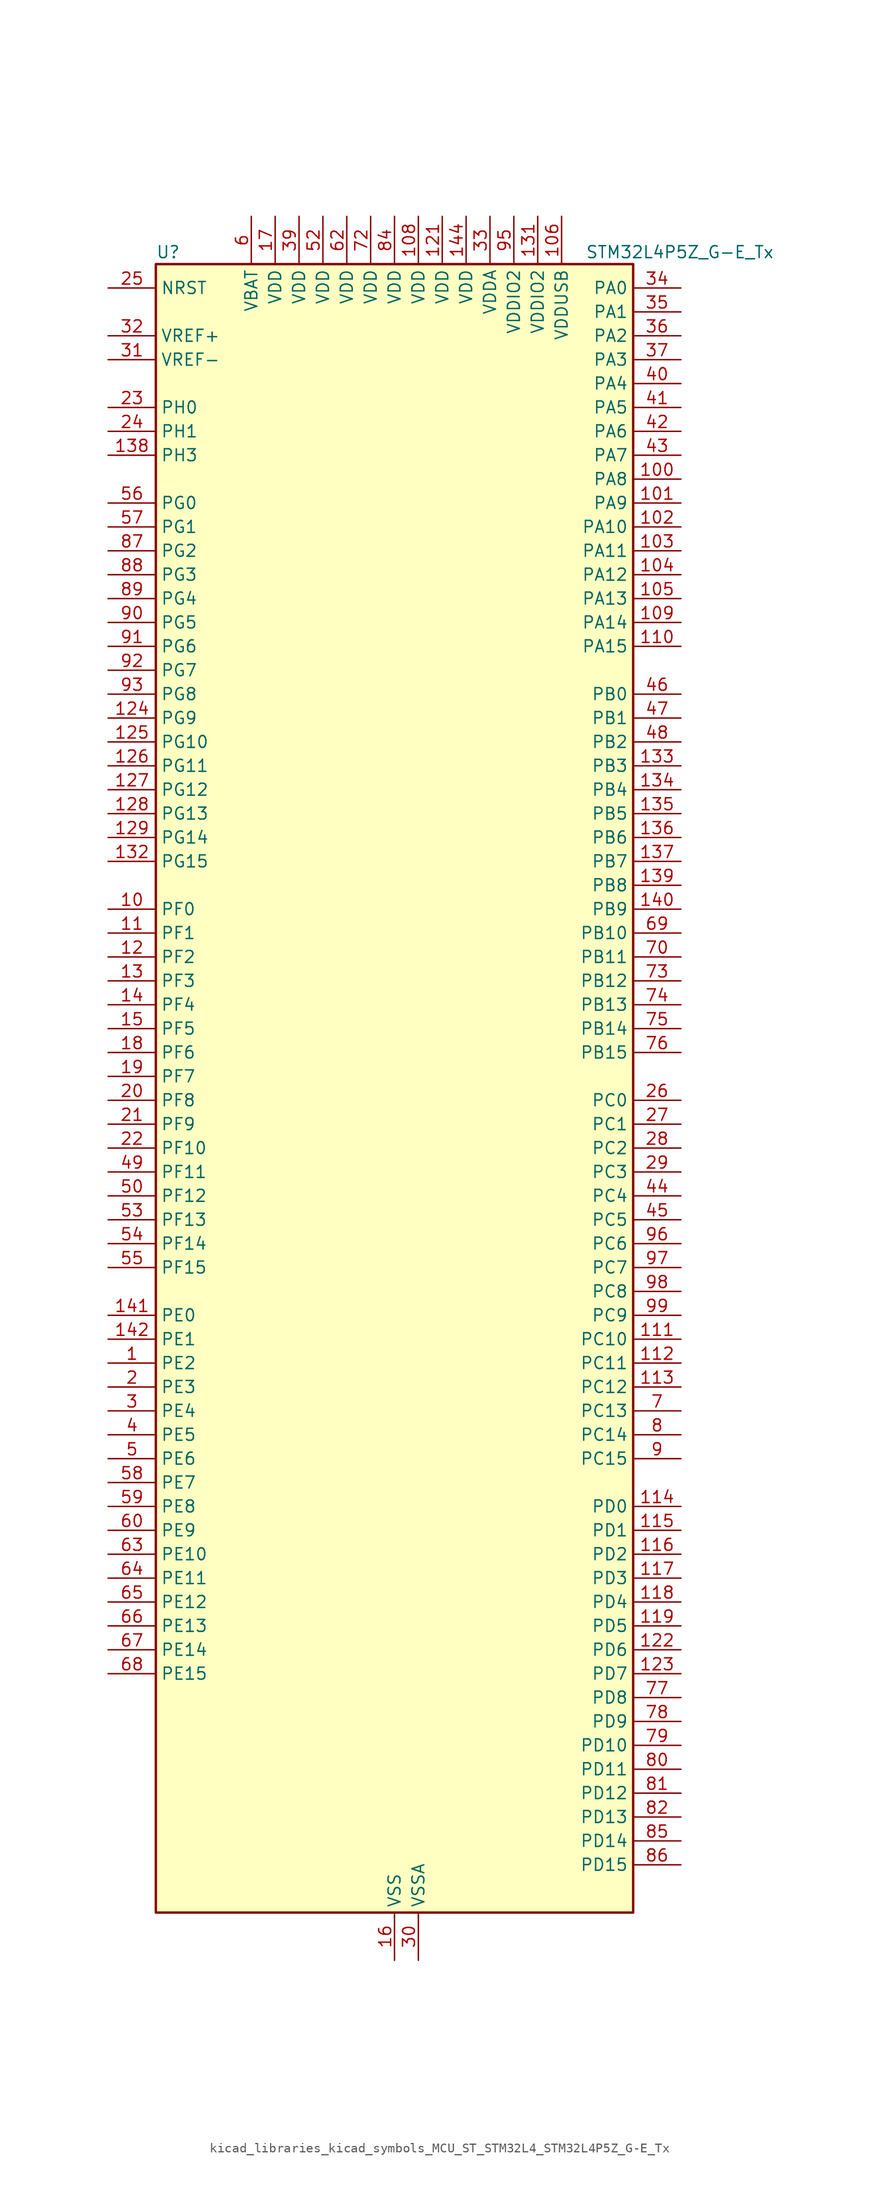
<source format=kicad_sym>
(kicad_symbol_lib
  (version 20220914)
  (generator kicad_symbol_editor)
  (symbol "kicad_libraries_kicad_symbols_MCU_ST_STM32L4_STM32L4P5Z_G-E_Tx"
    (property "Reference" "U"
      (at -25.4 90.17 0)
      (effects (font (size 1.27 1.27)) (justify left)))
    (property "Value" "STM32L4P5Z_G-E_Tx"
      (at 20.32 90.17 0)
      (effects (font (size 1.27 1.27)) (justify left)))
    (property "ki_locked" ""
      (at 0 0 0)
      (effects (font (size 1.27 1.27))))
    (symbol "kicad_libraries_kicad_symbols_MCU_ST_STM32L4_STM32L4P5Z_G-E_Tx_0_1"
      (rectangle (start -25.4 -86.36) (end 25.4 88.9) (stroke (width 0.254) (type default)) (fill (type background))))
    (symbol "kicad_libraries_kicad_symbols_MCU_ST_STM32L4_STM32L4P5Z_G-E_Tx_1_1"
      (pin bidirectional line (at -30.48 -27.94 0) (length 5.08) (name "PE2" (effects (font (size 1.27 1.27)))) (number "1" (effects (font (size 1.27 1.27)))) (alternate "FMC_A23" bidirectional line) (alternate "LTDC_R7" bidirectional line) (alternate "SAI1_CK1" bidirectional line) (alternate "SAI1_MCLK_A" bidirectional line) (alternate "SYS_TRACECLK" bidirectional line) (alternate "TIM3_ETR" bidirectional line) (alternate "TSC_G7_IO1" bidirectional line))
      (pin bidirectional line (at -30.48 20.32 0) (length 5.08) (name "PF0" (effects (font (size 1.27 1.27)))) (number "10" (effects (font (size 1.27 1.27)))) (alternate "FMC_A0" bidirectional line) (alternate "I2C2_SDA" bidirectional line) (alternate "OCTOSPIM_P2_IO0" bidirectional line))
      (pin bidirectional line (at 30.48 66.04 180) (length 5.08) (name "PA8" (effects (font (size 1.27 1.27)))) (number "100" (effects (font (size 1.27 1.27)))) (alternate "LPTIM2_OUT" bidirectional line) (alternate "LTDC_B7" bidirectional line) (alternate "RCC_MCO" bidirectional line) (alternate "SAI1_CK2" bidirectional line) (alternate "SAI1_SCK_A" bidirectional line) (alternate "TIM1_CH1" bidirectional line) (alternate "USART1_CK" bidirectional line) (alternate "USB_OTG_FS_SOF" bidirectional line))
      (pin bidirectional line (at 30.48 63.5 180) (length 5.08) (name "PA9" (effects (font (size 1.27 1.27)))) (number "101" (effects (font (size 1.27 1.27)))) (alternate "DAC1_EXTI9" bidirectional line) (alternate "DCMI_D0" bidirectional line) (alternate "LTDC_G7" bidirectional line) (alternate "PSSI_D0" bidirectional line) (alternate "SAI1_FS_A" bidirectional line) (alternate "SPI2_SCK" bidirectional line) (alternate "TIM15_BKIN" bidirectional line) (alternate "TIM1_CH2" bidirectional line) (alternate "USART1_TX" bidirectional line) (alternate "USB_OTG_FS_VBUS" bidirectional line))
      (pin bidirectional line (at 30.48 60.96 180) (length 5.08) (name "PA10" (effects (font (size 1.27 1.27)))) (number "102" (effects (font (size 1.27 1.27)))) (alternate "DCMI_D1" bidirectional line) (alternate "LTDC_G6" bidirectional line) (alternate "PSSI_D1" bidirectional line) (alternate "SAI1_D1" bidirectional line) (alternate "SAI1_SD_A" bidirectional line) (alternate "TIM17_BKIN" bidirectional line) (alternate "TIM1_CH3" bidirectional line) (alternate "USART1_RX" bidirectional line) (alternate "USB_OTG_FS_ID" bidirectional line))
      (pin bidirectional line (at 30.48 58.42 180) (length 5.08) (name "PA11" (effects (font (size 1.27 1.27)))) (number "103" (effects (font (size 1.27 1.27)))) (alternate "ADC1_EXTI11" bidirectional line) (alternate "ADC2_EXTI11" bidirectional line) (alternate "CAN1_RX" bidirectional line) (alternate "LTDC_DE" bidirectional line) (alternate "SPI1_MISO" bidirectional line) (alternate "TIM1_BKIN2" bidirectional line) (alternate "TIM1_CH4" bidirectional line) (alternate "USART1_CTS" bidirectional line) (alternate "USART1_NSS" bidirectional line) (alternate "USB_OTG_FS_DM" bidirectional line))
      (pin bidirectional line (at 30.48 55.88 180) (length 5.08) (name "PA12" (effects (font (size 1.27 1.27)))) (number "104" (effects (font (size 1.27 1.27)))) (alternate "CAN1_TX" bidirectional line) (alternate "LTDC_VSYNC" bidirectional line) (alternate "OCTOSPIM_P2_NCS" bidirectional line) (alternate "SPI1_MOSI" bidirectional line) (alternate "TIM1_ETR" bidirectional line) (alternate "USART1_DE" bidirectional line) (alternate "USART1_RTS" bidirectional line) (alternate "USB_OTG_FS_DP" bidirectional line))
      (pin bidirectional line (at 30.48 53.34 180) (length 5.08) (name "PA13" (effects (font (size 1.27 1.27)))) (number "105" (effects (font (size 1.27 1.27)))) (alternate "IR_OUT" bidirectional line) (alternate "SAI1_SD_B" bidirectional line) (alternate "SYS_JTMS-SWDIO" bidirectional line) (alternate "USB_OTG_FS_NOE" bidirectional line))
      (pin power_in line (at 17.78 93.98 270) (length 5.08) (name "VDDUSB" (effects (font (size 1.27 1.27)))) (number "106" (effects (font (size 1.27 1.27)))))
      (pin passive line (at 0 -91.44 90) (length 5.08) hide (name "VSS" (effects (font (size 1.27 1.27)))) (number "107" (effects (font (size 1.27 1.27)))))
      (pin power_in line (at 2.54 93.98 270) (length 5.08) (name "VDD" (effects (font (size 1.27 1.27)))) (number "108" (effects (font (size 1.27 1.27)))))
      (pin bidirectional line (at 30.48 50.8 180) (length 5.08) (name "PA14" (effects (font (size 1.27 1.27)))) (number "109" (effects (font (size 1.27 1.27)))) (alternate "I2C1_SMBA" bidirectional line) (alternate "I2C4_SMBA" bidirectional line) (alternate "LPTIM1_OUT" bidirectional line) (alternate "SAI1_FS_B" bidirectional line) (alternate "SYS_JTCK-SWCLK" bidirectional line) (alternate "USB_OTG_FS_SOF" bidirectional line))
      (pin bidirectional line (at -30.48 17.78 0) (length 5.08) (name "PF1" (effects (font (size 1.27 1.27)))) (number "11" (effects (font (size 1.27 1.27)))) (alternate "FMC_A1" bidirectional line) (alternate "I2C2_SCL" bidirectional line) (alternate "OCTOSPIM_P2_IO1" bidirectional line))
      (pin bidirectional line (at 30.48 48.26 180) (length 5.08) (name "PA15" (effects (font (size 1.27 1.27)))) (number "110" (effects (font (size 1.27 1.27)))) (alternate "ADC1_EXTI15" bidirectional line) (alternate "ADC2_EXTI15" bidirectional line) (alternate "LTDC_HSYNC" bidirectional line) (alternate "SAI2_FS_B" bidirectional line) (alternate "SPI1_NSS" bidirectional line) (alternate "SPI3_NSS" bidirectional line) (alternate "SYS_JTDI" bidirectional line) (alternate "TIM2_CH1" bidirectional line) (alternate "TIM2_ETR" bidirectional line) (alternate "TSC_G3_IO1" bidirectional line) (alternate "UART4_DE" bidirectional line) (alternate "UART4_RTS" bidirectional line) (alternate "USART2_RX" bidirectional line) (alternate "USART3_DE" bidirectional line) (alternate "USART3_RTS" bidirectional line))
      (pin bidirectional line (at 30.48 -25.4 180) (length 5.08) (name "PC10" (effects (font (size 1.27 1.27)))) (number "111" (effects (font (size 1.27 1.27)))) (alternate "DCMI_D8" bidirectional line) (alternate "DCMI_VSYNC" bidirectional line) (alternate "PSSI_D8" bidirectional line) (alternate "PSSI_RDY" bidirectional line) (alternate "SAI2_SCK_B" bidirectional line) (alternate "SDMMC1_D2" bidirectional line) (alternate "SPI3_SCK" bidirectional line) (alternate "SYS_TRACED1" bidirectional line) (alternate "TSC_G3_IO2" bidirectional line) (alternate "UART4_TX" bidirectional line) (alternate "USART3_TX" bidirectional line))
      (pin bidirectional line (at 30.48 -27.94 180) (length 5.08) (name "PC11" (effects (font (size 1.27 1.27)))) (number "112" (effects (font (size 1.27 1.27)))) (alternate "ADC1_EXTI11" bidirectional line) (alternate "ADC2_EXTI11" bidirectional line) (alternate "DCMI_D2" bidirectional line) (alternate "DCMI_D4" bidirectional line) (alternate "OCTOSPIM_P1_NCS" bidirectional line) (alternate "PSSI_D2" bidirectional line) (alternate "PSSI_D4" bidirectional line) (alternate "SAI2_MCLK_B" bidirectional line) (alternate "SDMMC1_D3" bidirectional line) (alternate "SPI3_MISO" bidirectional line) (alternate "TSC_G3_IO3" bidirectional line) (alternate "UART4_RX" bidirectional line) (alternate "USART3_RX" bidirectional line))
      (pin bidirectional line (at 30.48 -30.48 180) (length 5.08) (name "PC12" (effects (font (size 1.27 1.27)))) (number "113" (effects (font (size 1.27 1.27)))) (alternate "DCMI_D9" bidirectional line) (alternate "LTDC_R6" bidirectional line) (alternate "PSSI_D9" bidirectional line) (alternate "SAI2_SD_B" bidirectional line) (alternate "SDMMC1_CK" bidirectional line) (alternate "SPI3_MOSI" bidirectional line) (alternate "SYS_TRACED3" bidirectional line) (alternate "TSC_G3_IO4" bidirectional line) (alternate "UART5_TX" bidirectional line) (alternate "USART3_CK" bidirectional line))
      (pin bidirectional line (at 30.48 -43.18 180) (length 5.08) (name "PD0" (effects (font (size 1.27 1.27)))) (number "114" (effects (font (size 1.27 1.27)))) (alternate "CAN1_RX" bidirectional line) (alternate "FMC_D2" bidirectional line) (alternate "FMC_DA2" bidirectional line) (alternate "LTDC_B4" bidirectional line) (alternate "SPI2_NSS" bidirectional line))
      (pin bidirectional line (at 30.48 -45.72 180) (length 5.08) (name "PD1" (effects (font (size 1.27 1.27)))) (number "115" (effects (font (size 1.27 1.27)))) (alternate "CAN1_TX" bidirectional line) (alternate "FMC_D3" bidirectional line) (alternate "FMC_DA3" bidirectional line) (alternate "LTDC_B5" bidirectional line) (alternate "SPI2_SCK" bidirectional line))
      (pin bidirectional line (at 30.48 -48.26 180) (length 5.08) (name "PD2" (effects (font (size 1.27 1.27)))) (number "116" (effects (font (size 1.27 1.27)))) (alternate "DCMI_D11" bidirectional line) (alternate "PSSI_D11" bidirectional line) (alternate "SDMMC1_CMD" bidirectional line) (alternate "SYS_TRACED2" bidirectional line) (alternate "TIM3_ETR" bidirectional line) (alternate "TSC_SYNC" bidirectional line) (alternate "UART5_RX" bidirectional line) (alternate "USART3_DE" bidirectional line) (alternate "USART3_RTS" bidirectional line))
      (pin bidirectional line (at 30.48 -50.8 180) (length 5.08) (name "PD3" (effects (font (size 1.27 1.27)))) (number "117" (effects (font (size 1.27 1.27)))) (alternate "DCMI_D5" bidirectional line) (alternate "DFSDM1_DATIN0" bidirectional line) (alternate "FMC_CLK" bidirectional line) (alternate "LTDC_CLK" bidirectional line) (alternate "OCTOSPIM_P2_NCS" bidirectional line) (alternate "PSSI_D5" bidirectional line) (alternate "SPI2_MISO" bidirectional line) (alternate "SPI2_SCK" bidirectional line) (alternate "USART2_CTS" bidirectional line) (alternate "USART2_NSS" bidirectional line))
      (pin bidirectional line (at 30.48 -53.34 180) (length 5.08) (name "PD4" (effects (font (size 1.27 1.27)))) (number "118" (effects (font (size 1.27 1.27)))) (alternate "DFSDM1_CKIN0" bidirectional line) (alternate "FMC_NOE" bidirectional line) (alternate "OCTOSPIM_P1_IO4" bidirectional line) (alternate "SDMMC2_CKIN" bidirectional line) (alternate "SPI2_MOSI" bidirectional line) (alternate "USART2_DE" bidirectional line) (alternate "USART2_RTS" bidirectional line))
      (pin bidirectional line (at 30.48 -55.88 180) (length 5.08) (name "PD5" (effects (font (size 1.27 1.27)))) (number "119" (effects (font (size 1.27 1.27)))) (alternate "FMC_NWE" bidirectional line) (alternate "OCTOSPIM_P1_IO5" bidirectional line) (alternate "USART2_TX" bidirectional line))
      (pin bidirectional line (at -30.48 15.24 0) (length 5.08) (name "PF2" (effects (font (size 1.27 1.27)))) (number "12" (effects (font (size 1.27 1.27)))) (alternate "FMC_A2" bidirectional line) (alternate "I2C2_SMBA" bidirectional line) (alternate "OCTOSPIM_P2_IO2" bidirectional line))
      (pin passive line (at 0 -91.44 90) (length 5.08) hide (name "VSS" (effects (font (size 1.27 1.27)))) (number "120" (effects (font (size 1.27 1.27)))))
      (pin power_in line (at 5.08 93.98 270) (length 5.08) (name "VDD" (effects (font (size 1.27 1.27)))) (number "121" (effects (font (size 1.27 1.27)))))
      (pin bidirectional line (at 30.48 -58.42 180) (length 5.08) (name "PD6" (effects (font (size 1.27 1.27)))) (number "122" (effects (font (size 1.27 1.27)))) (alternate "DCMI_D10" bidirectional line) (alternate "DFSDM1_DATIN1" bidirectional line) (alternate "FMC_NWAIT" bidirectional line) (alternate "LTDC_DE" bidirectional line) (alternate "OCTOSPIM_P1_IO6" bidirectional line) (alternate "PSSI_D10" bidirectional line) (alternate "SAI1_D1" bidirectional line) (alternate "SAI1_SD_A" bidirectional line) (alternate "SDMMC2_CK" bidirectional line) (alternate "SPI3_MOSI" bidirectional line) (alternate "USART2_RX" bidirectional line))
      (pin bidirectional line (at 30.48 -60.96 180) (length 5.08) (name "PD7" (effects (font (size 1.27 1.27)))) (number "123" (effects (font (size 1.27 1.27)))) (alternate "DFSDM1_CKIN1" bidirectional line) (alternate "FMC_NCE" bidirectional line) (alternate "FMC_NE1" bidirectional line) (alternate "OCTOSPIM_P1_IO7" bidirectional line) (alternate "SDMMC2_CMD" bidirectional line) (alternate "USART2_CK" bidirectional line))
      (pin bidirectional line (at -30.48 40.64 0) (length 5.08) (name "PG9" (effects (font (size 1.27 1.27)))) (number "124" (effects (font (size 1.27 1.27)))) (alternate "DAC1_EXTI9" bidirectional line) (alternate "FMC_NCE" bidirectional line) (alternate "FMC_NE2" bidirectional line) (alternate "OCTOSPIM_P2_IO6" bidirectional line) (alternate "SAI2_SCK_A" bidirectional line) (alternate "SDMMC2_D0" bidirectional line) (alternate "SPI3_SCK" bidirectional line) (alternate "TIM15_CH1N" bidirectional line) (alternate "USART1_TX" bidirectional line))
      (pin bidirectional line (at -30.48 38.1 0) (length 5.08) (name "PG10" (effects (font (size 1.27 1.27)))) (number "125" (effects (font (size 1.27 1.27)))) (alternate "FMC_NE3" bidirectional line) (alternate "LPTIM1_IN1" bidirectional line) (alternate "OCTOSPIM_P2_IO7" bidirectional line) (alternate "SAI2_FS_A" bidirectional line) (alternate "SDMMC2_D1" bidirectional line) (alternate "SPI3_MISO" bidirectional line) (alternate "TIM15_CH1" bidirectional line) (alternate "USART1_RX" bidirectional line))
      (pin bidirectional line (at -30.48 35.56 0) (length 5.08) (name "PG11" (effects (font (size 1.27 1.27)))) (number "126" (effects (font (size 1.27 1.27)))) (alternate "ADC1_EXTI11" bidirectional line) (alternate "ADC2_EXTI11" bidirectional line) (alternate "LPTIM1_IN2" bidirectional line) (alternate "OCTOSPIM_P1_IO5" bidirectional line) (alternate "SAI2_MCLK_A" bidirectional line) (alternate "SDMMC2_D2" bidirectional line) (alternate "SPI3_MOSI" bidirectional line) (alternate "TIM15_CH2" bidirectional line) (alternate "USART1_CTS" bidirectional line) (alternate "USART1_NSS" bidirectional line))
      (pin bidirectional line (at -30.48 33.02 0) (length 5.08) (name "PG12" (effects (font (size 1.27 1.27)))) (number "127" (effects (font (size 1.27 1.27)))) (alternate "FMC_NE4" bidirectional line) (alternate "LPTIM1_ETR" bidirectional line) (alternate "OCTOSPIM_P2_NCS" bidirectional line) (alternate "SAI2_SD_A" bidirectional line) (alternate "SDMMC2_D3" bidirectional line) (alternate "SPI3_NSS" bidirectional line) (alternate "USART1_DE" bidirectional line) (alternate "USART1_RTS" bidirectional line))
      (pin bidirectional line (at -30.48 30.48 0) (length 5.08) (name "PG13" (effects (font (size 1.27 1.27)))) (number "128" (effects (font (size 1.27 1.27)))) (alternate "FMC_A24" bidirectional line) (alternate "I2C1_SDA" bidirectional line) (alternate "LTDC_R0" bidirectional line) (alternate "USART1_CK" bidirectional line))
      (pin bidirectional line (at -30.48 27.94 0) (length 5.08) (name "PG14" (effects (font (size 1.27 1.27)))) (number "129" (effects (font (size 1.27 1.27)))) (alternate "FMC_A25" bidirectional line) (alternate "I2C1_SCL" bidirectional line) (alternate "LTDC_R1" bidirectional line))
      (pin bidirectional line (at -30.48 12.7 0) (length 5.08) (name "PF3" (effects (font (size 1.27 1.27)))) (number "13" (effects (font (size 1.27 1.27)))) (alternate "FMC_A3" bidirectional line) (alternate "OCTOSPIM_P2_IO3" bidirectional line))
      (pin passive line (at 0 -91.44 90) (length 5.08) hide (name "VSS" (effects (font (size 1.27 1.27)))) (number "130" (effects (font (size 1.27 1.27)))))
      (pin power_in line (at 15.24 93.98 270) (length 5.08) (name "VDDIO2" (effects (font (size 1.27 1.27)))) (number "131" (effects (font (size 1.27 1.27)))))
      (pin bidirectional line (at -30.48 25.4 0) (length 5.08) (name "PG15" (effects (font (size 1.27 1.27)))) (number "132" (effects (font (size 1.27 1.27)))) (alternate "ADC1_EXTI15" bidirectional line) (alternate "ADC2_EXTI15" bidirectional line) (alternate "DCMI_D13" bidirectional line) (alternate "I2C1_SMBA" bidirectional line) (alternate "LPTIM1_OUT" bidirectional line) (alternate "OCTOSPIM_P2_DQS" bidirectional line) (alternate "PSSI_D13" bidirectional line))
      (pin bidirectional line (at 30.48 35.56 180) (length 5.08) (name "PB3" (effects (font (size 1.27 1.27)))) (number "133" (effects (font (size 1.27 1.27)))) (alternate "COMP2_INM" bidirectional line) (alternate "CRS_SYNC" bidirectional line) (alternate "OCTOSPIM_P1_IO4" bidirectional line) (alternate "SAI1_SCK_B" bidirectional line) (alternate "SDMMC2_D2" bidirectional line) (alternate "SPI1_SCK" bidirectional line) (alternate "SPI3_SCK" bidirectional line) (alternate "SYS_JTDO-SWO" bidirectional line) (alternate "TIM2_CH2" bidirectional line) (alternate "USART1_DE" bidirectional line) (alternate "USART1_RTS" bidirectional line))
      (pin bidirectional line (at 30.48 33.02 180) (length 5.08) (name "PB4" (effects (font (size 1.27 1.27)))) (number "134" (effects (font (size 1.27 1.27)))) (alternate "COMP2_INP" bidirectional line) (alternate "DCMI_D12" bidirectional line) (alternate "I2C3_SDA" bidirectional line) (alternate "OCTOSPIM_P1_IO5" bidirectional line) (alternate "PSSI_D12" bidirectional line) (alternate "SAI1_MCLK_B" bidirectional line) (alternate "SDMMC2_D3" bidirectional line) (alternate "SPI1_MISO" bidirectional line) (alternate "SPI3_MISO" bidirectional line) (alternate "SYS_JTRST" bidirectional line) (alternate "TIM17_BKIN" bidirectional line) (alternate "TIM3_CH1" bidirectional line) (alternate "TSC_G2_IO1" bidirectional line) (alternate "UART5_DE" bidirectional line) (alternate "UART5_RTS" bidirectional line) (alternate "USART1_CTS" bidirectional line) (alternate "USART1_NSS" bidirectional line))
      (pin bidirectional line (at 30.48 30.48 180) (length 5.08) (name "PB5" (effects (font (size 1.27 1.27)))) (number "135" (effects (font (size 1.27 1.27)))) (alternate "COMP2_OUT" bidirectional line) (alternate "DCMI_D10" bidirectional line) (alternate "I2C1_SMBA" bidirectional line) (alternate "LPTIM1_IN1" bidirectional line) (alternate "OCTOSPIM_P1_IO0" bidirectional line) (alternate "PSSI_D10" bidirectional line) (alternate "SAI1_SD_B" bidirectional line) (alternate "SPI1_MOSI" bidirectional line) (alternate "SPI3_MOSI" bidirectional line) (alternate "TIM16_BKIN" bidirectional line) (alternate "TIM3_CH2" bidirectional line) (alternate "TSC_G2_IO2" bidirectional line) (alternate "UART5_CTS" bidirectional line) (alternate "USART1_CK" bidirectional line))
      (pin bidirectional line (at 30.48 27.94 180) (length 5.08) (name "PB6" (effects (font (size 1.27 1.27)))) (number "136" (effects (font (size 1.27 1.27)))) (alternate "COMP2_INP" bidirectional line) (alternate "DCMI_D5" bidirectional line) (alternate "I2C1_SCL" bidirectional line) (alternate "I2C4_SCL" bidirectional line) (alternate "LPTIM1_ETR" bidirectional line) (alternate "LTDC_R6" bidirectional line) (alternate "PSSI_D5" bidirectional line) (alternate "SAI1_FS_B" bidirectional line) (alternate "TIM16_CH1N" bidirectional line) (alternate "TIM4_CH1" bidirectional line) (alternate "TIM8_BKIN2" bidirectional line) (alternate "TSC_G2_IO3" bidirectional line) (alternate "USART1_TX" bidirectional line))
      (pin bidirectional line (at 30.48 25.4 180) (length 5.08) (name "PB7" (effects (font (size 1.27 1.27)))) (number "137" (effects (font (size 1.27 1.27)))) (alternate "COMP2_INM" bidirectional line) (alternate "DCMI_VSYNC" bidirectional line) (alternate "FMC_NL" bidirectional line) (alternate "I2C1_SDA" bidirectional line) (alternate "I2C4_SDA" bidirectional line) (alternate "LPTIM1_IN2" bidirectional line) (alternate "LTDC_VSYNC" bidirectional line) (alternate "PSSI_RDY" bidirectional line) (alternate "SYS_PVD_IN" bidirectional line) (alternate "TIM17_CH1N" bidirectional line) (alternate "TIM4_CH2" bidirectional line) (alternate "TIM8_BKIN" bidirectional line) (alternate "TSC_G2_IO4" bidirectional line) (alternate "UART4_CTS" bidirectional line) (alternate "USART1_RX" bidirectional line))
      (pin bidirectional line (at -30.48 68.58 0) (length 5.08) (name "PH3" (effects (font (size 1.27 1.27)))) (number "138" (effects (font (size 1.27 1.27)))))
      (pin bidirectional line (at 30.48 22.86 180) (length 5.08) (name "PB8" (effects (font (size 1.27 1.27)))) (number "139" (effects (font (size 1.27 1.27)))) (alternate "CAN1_RX" bidirectional line) (alternate "DCMI_D6" bidirectional line) (alternate "DFSDM1_CKOUT" bidirectional line) (alternate "I2C1_SCL" bidirectional line) (alternate "LTDC_DE" bidirectional line) (alternate "PSSI_D6" bidirectional line) (alternate "SAI1_CK1" bidirectional line) (alternate "SAI1_MCLK_A" bidirectional line) (alternate "SDMMC1_CKIN" bidirectional line) (alternate "SDMMC1_D4" bidirectional line) (alternate "SDMMC2_D4" bidirectional line) (alternate "TIM16_CH1" bidirectional line) (alternate "TIM4_CH3" bidirectional line))
      (pin bidirectional line (at -30.48 10.16 0) (length 5.08) (name "PF4" (effects (font (size 1.27 1.27)))) (number "14" (effects (font (size 1.27 1.27)))) (alternate "FMC_A4" bidirectional line) (alternate "OCTOSPIM_P2_CLK" bidirectional line))
      (pin bidirectional line (at 30.48 20.32 180) (length 5.08) (name "PB9" (effects (font (size 1.27 1.27)))) (number "140" (effects (font (size 1.27 1.27)))) (alternate "CAN1_TX" bidirectional line) (alternate "DAC1_EXTI9" bidirectional line) (alternate "DCMI_D7" bidirectional line) (alternate "I2C1_SDA" bidirectional line) (alternate "IR_OUT" bidirectional line) (alternate "PSSI_D7" bidirectional line) (alternate "SAI1_D2" bidirectional line) (alternate "SAI1_FS_A" bidirectional line) (alternate "SDMMC1_CDIR" bidirectional line) (alternate "SDMMC1_D5" bidirectional line) (alternate "SDMMC2_D5" bidirectional line) (alternate "SPI2_NSS" bidirectional line) (alternate "TIM17_CH1" bidirectional line) (alternate "TIM4_CH4" bidirectional line))
      (pin bidirectional line (at -30.48 -22.86 0) (length 5.08) (name "PE0" (effects (font (size 1.27 1.27)))) (number "141" (effects (font (size 1.27 1.27)))) (alternate "DCMI_D2" bidirectional line) (alternate "FMC_NBL0" bidirectional line) (alternate "LTDC_HSYNC" bidirectional line) (alternate "PSSI_D2" bidirectional line) (alternate "TIM16_CH1" bidirectional line) (alternate "TIM4_ETR" bidirectional line))
      (pin bidirectional line (at -30.48 -25.4 0) (length 5.08) (name "PE1" (effects (font (size 1.27 1.27)))) (number "142" (effects (font (size 1.27 1.27)))) (alternate "DCMI_D3" bidirectional line) (alternate "FMC_NBL1" bidirectional line) (alternate "LTDC_VSYNC" bidirectional line) (alternate "PSSI_D3" bidirectional line) (alternate "TIM17_CH1" bidirectional line))
      (pin passive line (at 0 -91.44 90) (length 5.08) hide (name "VSS" (effects (font (size 1.27 1.27)))) (number "143" (effects (font (size 1.27 1.27)))))
      (pin power_in line (at 7.62 93.98 270) (length 5.08) (name "VDD" (effects (font (size 1.27 1.27)))) (number "144" (effects (font (size 1.27 1.27)))))
      (pin bidirectional line (at -30.48 7.62 0) (length 5.08) (name "PF5" (effects (font (size 1.27 1.27)))) (number "15" (effects (font (size 1.27 1.27)))) (alternate "FMC_A5" bidirectional line) (alternate "OCTOSPIM_P2_NCLK" bidirectional line))
      (pin power_in line (at 0 -91.44 90) (length 5.08) (name "VSS" (effects (font (size 1.27 1.27)))) (number "16" (effects (font (size 1.27 1.27)))))
      (pin power_in line (at -12.7 93.98 270) (length 5.08) (name "VDD" (effects (font (size 1.27 1.27)))) (number "17" (effects (font (size 1.27 1.27)))))
      (pin bidirectional line (at -30.48 5.08 0) (length 5.08) (name "PF6" (effects (font (size 1.27 1.27)))) (number "18" (effects (font (size 1.27 1.27)))) (alternate "OCTOSPIM_P1_IO3" bidirectional line) (alternate "SAI1_SD_B" bidirectional line) (alternate "TIM5_CH1" bidirectional line) (alternate "TIM5_ETR" bidirectional line))
      (pin bidirectional line (at -30.48 2.54 0) (length 5.08) (name "PF7" (effects (font (size 1.27 1.27)))) (number "19" (effects (font (size 1.27 1.27)))) (alternate "OCTOSPIM_P1_IO2" bidirectional line) (alternate "SAI1_MCLK_B" bidirectional line) (alternate "TIM5_CH2" bidirectional line))
      (pin bidirectional line (at -30.48 -30.48 0) (length 5.08) (name "PE3" (effects (font (size 1.27 1.27)))) (number "2" (effects (font (size 1.27 1.27)))) (alternate "FMC_A19" bidirectional line) (alternate "LTDC_R6" bidirectional line) (alternate "OCTOSPIM_P1_DQS" bidirectional line) (alternate "SAI1_SD_B" bidirectional line) (alternate "SYS_TRACED0" bidirectional line) (alternate "TIM3_CH1" bidirectional line) (alternate "TSC_G7_IO2" bidirectional line))
      (pin bidirectional line (at -30.48 0 0) (length 5.08) (name "PF8" (effects (font (size 1.27 1.27)))) (number "20" (effects (font (size 1.27 1.27)))) (alternate "OCTOSPIM_P1_IO0" bidirectional line) (alternate "SAI1_SCK_B" bidirectional line) (alternate "TIM5_CH3" bidirectional line))
      (pin bidirectional line (at -30.48 -2.54 0) (length 5.08) (name "PF9" (effects (font (size 1.27 1.27)))) (number "21" (effects (font (size 1.27 1.27)))) (alternate "DAC1_EXTI9" bidirectional line) (alternate "OCTOSPIM_P1_IO1" bidirectional line) (alternate "SAI1_FS_B" bidirectional line) (alternate "TIM15_CH1" bidirectional line) (alternate "TIM5_CH4" bidirectional line))
      (pin bidirectional line (at -30.48 -5.08 0) (length 5.08) (name "PF10" (effects (font (size 1.27 1.27)))) (number "22" (effects (font (size 1.27 1.27)))) (alternate "DCMI_D11" bidirectional line) (alternate "DFSDM1_CKOUT" bidirectional line) (alternate "OCTOSPIM_P1_CLK" bidirectional line) (alternate "PSSI_D11" bidirectional line) (alternate "PSSI_D15" bidirectional line) (alternate "SAI1_D3" bidirectional line) (alternate "TIM15_CH2" bidirectional line))
      (pin bidirectional line (at -30.48 73.66 0) (length 5.08) (name "PH0" (effects (font (size 1.27 1.27)))) (number "23" (effects (font (size 1.27 1.27)))) (alternate "RCC_OSC_IN" bidirectional line))
      (pin bidirectional line (at -30.48 71.12 0) (length 5.08) (name "PH1" (effects (font (size 1.27 1.27)))) (number "24" (effects (font (size 1.27 1.27)))) (alternate "RCC_OSC_OUT" bidirectional line))
      (pin input line (at -30.48 86.36 0) (length 5.08) (name "NRST" (effects (font (size 1.27 1.27)))) (number "25" (effects (font (size 1.27 1.27)))))
      (pin bidirectional line (at 30.48 0 180) (length 5.08) (name "PC0" (effects (font (size 1.27 1.27)))) (number "26" (effects (font (size 1.27 1.27)))) (alternate "ADC1_IN1" bidirectional line) (alternate "ADC2_IN1" bidirectional line) (alternate "I2C3_SCL" bidirectional line) (alternate "LPTIM1_IN1" bidirectional line) (alternate "LPTIM2_IN1" bidirectional line) (alternate "LPUART1_RX" bidirectional line) (alternate "LTDC_DE" bidirectional line) (alternate "SAI2_FS_A" bidirectional line) (alternate "SDMMC1_CMD" bidirectional line) (alternate "SDMMC2_CKIN" bidirectional line))
      (pin bidirectional line (at 30.48 -2.54 180) (length 5.08) (name "PC1" (effects (font (size 1.27 1.27)))) (number "27" (effects (font (size 1.27 1.27)))) (alternate "ADC1_IN2" bidirectional line) (alternate "ADC2_IN2" bidirectional line) (alternate "I2C3_SDA" bidirectional line) (alternate "LPTIM1_OUT" bidirectional line) (alternate "LPUART1_TX" bidirectional line) (alternate "OCTOSPIM_P1_IO4" bidirectional line) (alternate "SAI1_SD_A" bidirectional line) (alternate "SPI2_MOSI" bidirectional line) (alternate "SYS_TRACED0" bidirectional line))
      (pin bidirectional line (at 30.48 -5.08 180) (length 5.08) (name "PC2" (effects (font (size 1.27 1.27)))) (number "28" (effects (font (size 1.27 1.27)))) (alternate "ADC1_IN3" bidirectional line) (alternate "ADC2_IN3" bidirectional line) (alternate "DFSDM1_CKOUT" bidirectional line) (alternate "LPTIM1_IN2" bidirectional line) (alternate "LTDC_HSYNC" bidirectional line) (alternate "OCTOSPIM_P1_IO5" bidirectional line) (alternate "SPI2_MISO" bidirectional line))
      (pin bidirectional line (at 30.48 -7.62 180) (length 5.08) (name "PC3" (effects (font (size 1.27 1.27)))) (number "29" (effects (font (size 1.27 1.27)))) (alternate "ADC1_IN4" bidirectional line) (alternate "ADC2_IN4" bidirectional line) (alternate "LPTIM1_ETR" bidirectional line) (alternate "LPTIM2_ETR" bidirectional line) (alternate "OCTOSPIM_P1_IO6" bidirectional line) (alternate "SAI1_D1" bidirectional line) (alternate "SAI1_SD_A" bidirectional line) (alternate "SPI2_MOSI" bidirectional line))
      (pin bidirectional line (at -30.48 -33.02 0) (length 5.08) (name "PE4" (effects (font (size 1.27 1.27)))) (number "3" (effects (font (size 1.27 1.27)))) (alternate "DCMI_D4" bidirectional line) (alternate "DFSDM1_DATIN3" bidirectional line) (alternate "FMC_A20" bidirectional line) (alternate "LTDC_B7" bidirectional line) (alternate "PSSI_D4" bidirectional line) (alternate "SAI1_D2" bidirectional line) (alternate "SAI1_FS_A" bidirectional line) (alternate "SYS_TRACED1" bidirectional line) (alternate "TIM3_CH2" bidirectional line) (alternate "TSC_G7_IO3" bidirectional line))
      (pin power_in line (at 2.54 -91.44 90) (length 5.08) (name "VSSA" (effects (font (size 1.27 1.27)))) (number "30" (effects (font (size 1.27 1.27)))))
      (pin input line (at -30.48 78.74 0) (length 5.08) (name "VREF-" (effects (font (size 1.27 1.27)))) (number "31" (effects (font (size 1.27 1.27)))))
      (pin input line (at -30.48 81.28 0) (length 5.08) (name "VREF+" (effects (font (size 1.27 1.27)))) (number "32" (effects (font (size 1.27 1.27)))) (alternate "VREFBUF_OUT" bidirectional line))
      (pin power_in line (at 10.16 93.98 270) (length 5.08) (name "VDDA" (effects (font (size 1.27 1.27)))) (number "33" (effects (font (size 1.27 1.27)))))
      (pin bidirectional line (at 30.48 86.36 180) (length 5.08) (name "PA0" (effects (font (size 1.27 1.27)))) (number "34" (effects (font (size 1.27 1.27)))) (alternate "ADC1_IN5" bidirectional line) (alternate "ADC2_IN5" bidirectional line) (alternate "OPAMP1_VINP" bidirectional line) (alternate "RTC_TAMP2" bidirectional line) (alternate "SAI1_EXTCLK" bidirectional line) (alternate "SYS_WKUP1" bidirectional line) (alternate "TIM2_CH1" bidirectional line) (alternate "TIM2_ETR" bidirectional line) (alternate "TIM5_CH1" bidirectional line) (alternate "TIM8_ETR" bidirectional line) (alternate "UART4_TX" bidirectional line) (alternate "USART2_CTS" bidirectional line) (alternate "USART2_NSS" bidirectional line))
      (pin bidirectional line (at 30.48 83.82 180) (length 5.08) (name "PA1" (effects (font (size 1.27 1.27)))) (number "35" (effects (font (size 1.27 1.27)))) (alternate "ADC1_IN6" bidirectional line) (alternate "ADC2_IN6" bidirectional line) (alternate "I2C1_SMBA" bidirectional line) (alternate "OCTOSPIM_P1_DQS" bidirectional line) (alternate "OPAMP1_VINM" bidirectional line) (alternate "SDMMC2_CMD" bidirectional line) (alternate "SPI1_SCK" bidirectional line) (alternate "TIM15_CH1N" bidirectional line) (alternate "TIM2_CH2" bidirectional line) (alternate "TIM5_CH2" bidirectional line) (alternate "UART4_RX" bidirectional line) (alternate "USART2_DE" bidirectional line) (alternate "USART2_RTS" bidirectional line))
      (pin bidirectional line (at 30.48 81.28 180) (length 5.08) (name "PA2" (effects (font (size 1.27 1.27)))) (number "36" (effects (font (size 1.27 1.27)))) (alternate "ADC1_IN7" bidirectional line) (alternate "ADC2_IN7" bidirectional line) (alternate "LPUART1_TX" bidirectional line) (alternate "OCTOSPIM_P1_NCS" bidirectional line) (alternate "RCC_LSCO" bidirectional line) (alternate "SAI2_EXTCLK" bidirectional line) (alternate "SYS_WKUP4" bidirectional line) (alternate "TIM15_CH1" bidirectional line) (alternate "TIM2_CH3" bidirectional line) (alternate "TIM5_CH3" bidirectional line) (alternate "USART2_TX" bidirectional line))
      (pin bidirectional line (at 30.48 78.74 180) (length 5.08) (name "PA3" (effects (font (size 1.27 1.27)))) (number "37" (effects (font (size 1.27 1.27)))) (alternate "ADC1_IN8" bidirectional line) (alternate "ADC2_IN8" bidirectional line) (alternate "LPUART1_RX" bidirectional line) (alternate "OCTOSPIM_P1_CLK" bidirectional line) (alternate "OPAMP1_VOUT" bidirectional line) (alternate "SAI1_CK1" bidirectional line) (alternate "SAI1_MCLK_A" bidirectional line) (alternate "TIM15_CH2" bidirectional line) (alternate "TIM2_CH4" bidirectional line) (alternate "TIM5_CH4" bidirectional line) (alternate "USART2_RX" bidirectional line))
      (pin passive line (at 0 -91.44 90) (length 5.08) hide (name "VSS" (effects (font (size 1.27 1.27)))) (number "38" (effects (font (size 1.27 1.27)))))
      (pin power_in line (at -10.16 93.98 270) (length 5.08) (name "VDD" (effects (font (size 1.27 1.27)))) (number "39" (effects (font (size 1.27 1.27)))))
      (pin bidirectional line (at -30.48 -35.56 0) (length 5.08) (name "PE5" (effects (font (size 1.27 1.27)))) (number "4" (effects (font (size 1.27 1.27)))) (alternate "DCMI_D6" bidirectional line) (alternate "DFSDM1_CKIN3" bidirectional line) (alternate "FMC_A21" bidirectional line) (alternate "LTDC_G7" bidirectional line) (alternate "PSSI_D6" bidirectional line) (alternate "SAI1_CK2" bidirectional line) (alternate "SAI1_SCK_A" bidirectional line) (alternate "SYS_TRACED2" bidirectional line) (alternate "TIM3_CH3" bidirectional line) (alternate "TSC_G7_IO4" bidirectional line))
      (pin bidirectional line (at 30.48 76.2 180) (length 5.08) (name "PA4" (effects (font (size 1.27 1.27)))) (number "40" (effects (font (size 1.27 1.27)))) (alternate "ADC1_IN9" bidirectional line) (alternate "ADC2_IN9" bidirectional line) (alternate "DAC1_OUT1" bidirectional line) (alternate "DCMI_HSYNC" bidirectional line) (alternate "LPTIM2_OUT" bidirectional line) (alternate "LTDC_CLK" bidirectional line) (alternate "OCTOSPIM_P1_NCS" bidirectional line) (alternate "PSSI_DE" bidirectional line) (alternate "SAI1_FS_B" bidirectional line) (alternate "SPI1_NSS" bidirectional line) (alternate "SPI3_NSS" bidirectional line) (alternate "USART2_CK" bidirectional line))
      (pin bidirectional line (at 30.48 73.66 180) (length 5.08) (name "PA5" (effects (font (size 1.27 1.27)))) (number "41" (effects (font (size 1.27 1.27)))) (alternate "ADC1_IN10" bidirectional line) (alternate "ADC2_IN10" bidirectional line) (alternate "DAC1_OUT2" bidirectional line) (alternate "LPTIM2_ETR" bidirectional line) (alternate "LTDC_R7" bidirectional line) (alternate "PSSI_D14" bidirectional line) (alternate "SPI1_SCK" bidirectional line) (alternate "TIM2_CH1" bidirectional line) (alternate "TIM2_ETR" bidirectional line) (alternate "TIM8_CH1N" bidirectional line))
      (pin bidirectional line (at 30.48 71.12 180) (length 5.08) (name "PA6" (effects (font (size 1.27 1.27)))) (number "42" (effects (font (size 1.27 1.27)))) (alternate "ADC1_IN11" bidirectional line) (alternate "ADC2_IN11" bidirectional line) (alternate "DCMI_PIXCLK" bidirectional line) (alternate "LPUART1_CTS" bidirectional line) (alternate "OCTOSPIM_P1_IO3" bidirectional line) (alternate "OPAMP2_VINP" bidirectional line) (alternate "PSSI_PDCK" bidirectional line) (alternate "SPI1_MISO" bidirectional line) (alternate "TIM16_CH1" bidirectional line) (alternate "TIM1_BKIN" bidirectional line) (alternate "TIM3_CH1" bidirectional line) (alternate "TIM8_BKIN" bidirectional line) (alternate "USART3_CTS" bidirectional line) (alternate "USART3_NSS" bidirectional line))
      (pin bidirectional line (at 30.48 68.58 180) (length 5.08) (name "PA7" (effects (font (size 1.27 1.27)))) (number "43" (effects (font (size 1.27 1.27)))) (alternate "ADC1_IN12" bidirectional line) (alternate "ADC2_IN12" bidirectional line) (alternate "I2C3_SCL" bidirectional line) (alternate "OCTOSPIM_P1_IO2" bidirectional line) (alternate "OPAMP2_VINM" bidirectional line) (alternate "SPI1_MOSI" bidirectional line) (alternate "TIM17_CH1" bidirectional line) (alternate "TIM1_CH1N" bidirectional line) (alternate "TIM3_CH2" bidirectional line) (alternate "TIM8_CH1N" bidirectional line))
      (pin bidirectional line (at 30.48 -10.16 180) (length 5.08) (name "PC4" (effects (font (size 1.27 1.27)))) (number "44" (effects (font (size 1.27 1.27)))) (alternate "ADC1_IN13" bidirectional line) (alternate "ADC2_IN13" bidirectional line) (alternate "COMP1_INM" bidirectional line) (alternate "OCTOSPIM_P1_IO7" bidirectional line) (alternate "OCTOSPIM_P2_NCS" bidirectional line) (alternate "USART3_TX" bidirectional line))
      (pin bidirectional line (at 30.48 -12.7 180) (length 5.08) (name "PC5" (effects (font (size 1.27 1.27)))) (number "45" (effects (font (size 1.27 1.27)))) (alternate "ADC1_IN14" bidirectional line) (alternate "ADC2_IN14" bidirectional line) (alternate "COMP1_INP" bidirectional line) (alternate "LTDC_CLK" bidirectional line) (alternate "PSSI_D15" bidirectional line) (alternate "SAI1_D3" bidirectional line) (alternate "SYS_WKUP5" bidirectional line) (alternate "USART3_RX" bidirectional line))
      (pin bidirectional line (at 30.48 43.18 180) (length 5.08) (name "PB0" (effects (font (size 1.27 1.27)))) (number "46" (effects (font (size 1.27 1.27)))) (alternate "ADC1_IN15" bidirectional line) (alternate "ADC2_IN15" bidirectional line) (alternate "COMP1_OUT" bidirectional line) (alternate "LTDC_B6" bidirectional line) (alternate "OCTOSPIM_P1_IO1" bidirectional line) (alternate "OPAMP2_VOUT" bidirectional line) (alternate "SAI1_EXTCLK" bidirectional line) (alternate "SPI1_NSS" bidirectional line) (alternate "TIM1_CH2N" bidirectional line) (alternate "TIM3_CH3" bidirectional line) (alternate "TIM8_CH2N" bidirectional line) (alternate "USART3_CK" bidirectional line))
      (pin bidirectional line (at 30.48 40.64 180) (length 5.08) (name "PB1" (effects (font (size 1.27 1.27)))) (number "47" (effects (font (size 1.27 1.27)))) (alternate "ADC1_IN16" bidirectional line) (alternate "ADC2_IN16" bidirectional line) (alternate "COMP1_INM" bidirectional line) (alternate "DFSDM1_DATIN0" bidirectional line) (alternate "LPTIM2_IN1" bidirectional line) (alternate "LPUART1_DE" bidirectional line) (alternate "LPUART1_RTS" bidirectional line) (alternate "LTDC_G6" bidirectional line) (alternate "OCTOSPIM_P1_IO0" bidirectional line) (alternate "TIM1_CH3N" bidirectional line) (alternate "TIM3_CH4" bidirectional line) (alternate "TIM8_CH3N" bidirectional line) (alternate "USART3_DE" bidirectional line) (alternate "USART3_RTS" bidirectional line))
      (pin bidirectional line (at 30.48 38.1 180) (length 5.08) (name "PB2" (effects (font (size 1.27 1.27)))) (number "48" (effects (font (size 1.27 1.27)))) (alternate "COMP1_INP" bidirectional line) (alternate "DFSDM1_CKIN0" bidirectional line) (alternate "I2C3_SMBA" bidirectional line) (alternate "LPTIM1_OUT" bidirectional line) (alternate "OCTOSPIM_P1_DQS" bidirectional line) (alternate "RTC_OUT2" bidirectional line))
      (pin bidirectional line (at -30.48 -7.62 0) (length 5.08) (name "PF11" (effects (font (size 1.27 1.27)))) (number "49" (effects (font (size 1.27 1.27)))) (alternate "ADC1_EXTI11" bidirectional line) (alternate "ADC2_EXTI11" bidirectional line) (alternate "DCMI_D12" bidirectional line) (alternate "LTDC_DE" bidirectional line) (alternate "OCTOSPIM_P1_NCLK" bidirectional line) (alternate "PSSI_D12" bidirectional line))
      (pin bidirectional line (at -30.48 -38.1 0) (length 5.08) (name "PE6" (effects (font (size 1.27 1.27)))) (number "5" (effects (font (size 1.27 1.27)))) (alternate "DCMI_D7" bidirectional line) (alternate "FMC_A22" bidirectional line) (alternate "LTDC_G6" bidirectional line) (alternate "PSSI_D7" bidirectional line) (alternate "RTC_TAMP3" bidirectional line) (alternate "SAI1_D1" bidirectional line) (alternate "SAI1_SD_A" bidirectional line) (alternate "SYS_TRACED3" bidirectional line) (alternate "SYS_WKUP3" bidirectional line) (alternate "TIM3_CH4" bidirectional line))
      (pin bidirectional line (at -30.48 -10.16 0) (length 5.08) (name "PF12" (effects (font (size 1.27 1.27)))) (number "50" (effects (font (size 1.27 1.27)))) (alternate "FMC_A6" bidirectional line) (alternate "LTDC_B0" bidirectional line) (alternate "OCTOSPIM_P2_DQS" bidirectional line))
      (pin passive line (at 0 -91.44 90) (length 5.08) hide (name "VSS" (effects (font (size 1.27 1.27)))) (number "51" (effects (font (size 1.27 1.27)))))
      (pin power_in line (at -7.62 93.98 270) (length 5.08) (name "VDD" (effects (font (size 1.27 1.27)))) (number "52" (effects (font (size 1.27 1.27)))))
      (pin bidirectional line (at -30.48 -12.7 0) (length 5.08) (name "PF13" (effects (font (size 1.27 1.27)))) (number "53" (effects (font (size 1.27 1.27)))) (alternate "FMC_A7" bidirectional line) (alternate "I2C4_SMBA" bidirectional line) (alternate "LTDC_B1" bidirectional line))
      (pin bidirectional line (at -30.48 -15.24 0) (length 5.08) (name "PF14" (effects (font (size 1.27 1.27)))) (number "54" (effects (font (size 1.27 1.27)))) (alternate "FMC_A8" bidirectional line) (alternate "I2C4_SCL" bidirectional line) (alternate "LTDC_G0" bidirectional line) (alternate "TSC_G8_IO1" bidirectional line))
      (pin bidirectional line (at -30.48 -17.78 0) (length 5.08) (name "PF15" (effects (font (size 1.27 1.27)))) (number "55" (effects (font (size 1.27 1.27)))) (alternate "ADC1_EXTI15" bidirectional line) (alternate "ADC2_EXTI15" bidirectional line) (alternate "FMC_A9" bidirectional line) (alternate "I2C4_SDA" bidirectional line) (alternate "LTDC_G1" bidirectional line) (alternate "TSC_G8_IO2" bidirectional line))
      (pin bidirectional line (at -30.48 63.5 0) (length 5.08) (name "PG0" (effects (font (size 1.27 1.27)))) (number "56" (effects (font (size 1.27 1.27)))) (alternate "FMC_A10" bidirectional line) (alternate "OCTOSPIM_P2_IO4" bidirectional line) (alternate "TSC_G8_IO3" bidirectional line))
      (pin bidirectional line (at -30.48 60.96 0) (length 5.08) (name "PG1" (effects (font (size 1.27 1.27)))) (number "57" (effects (font (size 1.27 1.27)))) (alternate "FMC_A11" bidirectional line) (alternate "OCTOSPIM_P2_IO5" bidirectional line) (alternate "TSC_G8_IO4" bidirectional line))
      (pin bidirectional line (at -30.48 -40.64 0) (length 5.08) (name "PE7" (effects (font (size 1.27 1.27)))) (number "58" (effects (font (size 1.27 1.27)))) (alternate "DFSDM1_DATIN2" bidirectional line) (alternate "FMC_D4" bidirectional line) (alternate "FMC_DA4" bidirectional line) (alternate "LTDC_B6" bidirectional line) (alternate "SAI1_SD_B" bidirectional line) (alternate "TIM1_ETR" bidirectional line))
      (pin bidirectional line (at -30.48 -43.18 0) (length 5.08) (name "PE8" (effects (font (size 1.27 1.27)))) (number "59" (effects (font (size 1.27 1.27)))) (alternate "DFSDM1_CKIN2" bidirectional line) (alternate "FMC_D5" bidirectional line) (alternate "FMC_DA5" bidirectional line) (alternate "LTDC_B7" bidirectional line) (alternate "SAI1_SCK_B" bidirectional line) (alternate "TIM1_CH1N" bidirectional line))
      (pin power_in line (at -15.24 93.98 270) (length 5.08) (name "VBAT" (effects (font (size 1.27 1.27)))) (number "6" (effects (font (size 1.27 1.27)))))
      (pin bidirectional line (at -30.48 -45.72 0) (length 5.08) (name "PE9" (effects (font (size 1.27 1.27)))) (number "60" (effects (font (size 1.27 1.27)))) (alternate "DAC1_EXTI9" bidirectional line) (alternate "DFSDM1_CKOUT" bidirectional line) (alternate "FMC_D6" bidirectional line) (alternate "FMC_DA6" bidirectional line) (alternate "LTDC_G2" bidirectional line) (alternate "OCTOSPIM_P1_NCLK" bidirectional line) (alternate "SAI1_FS_B" bidirectional line) (alternate "TIM1_CH1" bidirectional line))
      (pin passive line (at 0 -91.44 90) (length 5.08) hide (name "VSS" (effects (font (size 1.27 1.27)))) (number "61" (effects (font (size 1.27 1.27)))))
      (pin power_in line (at -5.08 93.98 270) (length 5.08) (name "VDD" (effects (font (size 1.27 1.27)))) (number "62" (effects (font (size 1.27 1.27)))))
      (pin bidirectional line (at -30.48 -48.26 0) (length 5.08) (name "PE10" (effects (font (size 1.27 1.27)))) (number "63" (effects (font (size 1.27 1.27)))) (alternate "FMC_D7" bidirectional line) (alternate "FMC_DA7" bidirectional line) (alternate "LTDC_G3" bidirectional line) (alternate "OCTOSPIM_P1_CLK" bidirectional line) (alternate "SAI1_MCLK_B" bidirectional line) (alternate "TIM1_CH2N" bidirectional line) (alternate "TSC_G5_IO1" bidirectional line))
      (pin bidirectional line (at -30.48 -50.8 0) (length 5.08) (name "PE11" (effects (font (size 1.27 1.27)))) (number "64" (effects (font (size 1.27 1.27)))) (alternate "ADC1_EXTI11" bidirectional line) (alternate "ADC2_EXTI11" bidirectional line) (alternate "FMC_D8" bidirectional line) (alternate "FMC_DA8" bidirectional line) (alternate "LTDC_G4" bidirectional line) (alternate "OCTOSPIM_P1_NCS" bidirectional line) (alternate "TIM1_CH2" bidirectional line) (alternate "TSC_G5_IO2" bidirectional line))
      (pin bidirectional line (at -30.48 -53.34 0) (length 5.08) (name "PE12" (effects (font (size 1.27 1.27)))) (number "65" (effects (font (size 1.27 1.27)))) (alternate "FMC_D9" bidirectional line) (alternate "FMC_DA9" bidirectional line) (alternate "LTDC_G5" bidirectional line) (alternate "OCTOSPIM_P1_IO0" bidirectional line) (alternate "SPI1_NSS" bidirectional line) (alternate "TIM1_CH3N" bidirectional line) (alternate "TSC_G5_IO3" bidirectional line))
      (pin bidirectional line (at -30.48 -55.88 0) (length 5.08) (name "PE13" (effects (font (size 1.27 1.27)))) (number "66" (effects (font (size 1.27 1.27)))) (alternate "FMC_D10" bidirectional line) (alternate "FMC_DA10" bidirectional line) (alternate "LTDC_G6" bidirectional line) (alternate "OCTOSPIM_P1_IO1" bidirectional line) (alternate "SPI1_SCK" bidirectional line) (alternate "TIM1_CH3" bidirectional line) (alternate "TSC_G5_IO4" bidirectional line))
      (pin bidirectional line (at -30.48 -58.42 0) (length 5.08) (name "PE14" (effects (font (size 1.27 1.27)))) (number "67" (effects (font (size 1.27 1.27)))) (alternate "FMC_D11" bidirectional line) (alternate "FMC_DA11" bidirectional line) (alternate "LTDC_G7" bidirectional line) (alternate "OCTOSPIM_P1_IO2" bidirectional line) (alternate "SPI1_MISO" bidirectional line) (alternate "TIM1_BKIN2" bidirectional line) (alternate "TIM1_CH4" bidirectional line))
      (pin bidirectional line (at -30.48 -60.96 0) (length 5.08) (name "PE15" (effects (font (size 1.27 1.27)))) (number "68" (effects (font (size 1.27 1.27)))) (alternate "ADC1_EXTI15" bidirectional line) (alternate "ADC2_EXTI15" bidirectional line) (alternate "FMC_D12" bidirectional line) (alternate "FMC_DA12" bidirectional line) (alternate "LTDC_R2" bidirectional line) (alternate "OCTOSPIM_P1_IO3" bidirectional line) (alternate "SPI1_MOSI" bidirectional line) (alternate "TIM1_BKIN" bidirectional line))
      (pin bidirectional line (at 30.48 17.78 180) (length 5.08) (name "PB10" (effects (font (size 1.27 1.27)))) (number "69" (effects (font (size 1.27 1.27)))) (alternate "COMP1_OUT" bidirectional line) (alternate "I2C2_SCL" bidirectional line) (alternate "I2C4_SCL" bidirectional line) (alternate "LPUART1_RX" bidirectional line) (alternate "OCTOSPIM_P1_CLK" bidirectional line) (alternate "OCTOSPIM_P1_IO3" bidirectional line) (alternate "SAI1_SCK_A" bidirectional line) (alternate "SPI2_SCK" bidirectional line) (alternate "TIM2_CH3" bidirectional line) (alternate "TSC_SYNC" bidirectional line) (alternate "USART3_TX" bidirectional line))
      (pin bidirectional line (at 30.48 -33.02 180) (length 5.08) (name "PC13" (effects (font (size 1.27 1.27)))) (number "7" (effects (font (size 1.27 1.27)))) (alternate "RTC_OUT1" bidirectional line) (alternate "RTC_TAMP1" bidirectional line) (alternate "RTC_TS" bidirectional line) (alternate "SYS_WKUP2" bidirectional line))
      (pin bidirectional line (at 30.48 15.24 180) (length 5.08) (name "PB11" (effects (font (size 1.27 1.27)))) (number "70" (effects (font (size 1.27 1.27)))) (alternate "ADC1_EXTI11" bidirectional line) (alternate "ADC2_EXTI11" bidirectional line) (alternate "COMP2_OUT" bidirectional line) (alternate "I2C2_SDA" bidirectional line) (alternate "I2C4_SDA" bidirectional line) (alternate "LPUART1_TX" bidirectional line) (alternate "LTDC_VSYNC" bidirectional line) (alternate "OCTOSPIM_P1_NCS" bidirectional line) (alternate "TIM2_CH4" bidirectional line) (alternate "USART3_RX" bidirectional line))
      (pin passive line (at 0 -91.44 90) (length 5.08) hide (name "VSS" (effects (font (size 1.27 1.27)))) (number "71" (effects (font (size 1.27 1.27)))))
      (pin power_in line (at -2.54 93.98 270) (length 5.08) (name "VDD" (effects (font (size 1.27 1.27)))) (number "72" (effects (font (size 1.27 1.27)))))
      (pin bidirectional line (at 30.48 12.7 180) (length 5.08) (name "PB12" (effects (font (size 1.27 1.27)))) (number "73" (effects (font (size 1.27 1.27)))) (alternate "DFSDM1_DATIN1" bidirectional line) (alternate "I2C2_SMBA" bidirectional line) (alternate "LPUART1_DE" bidirectional line) (alternate "LPUART1_RTS" bidirectional line) (alternate "OCTOSPIM_P1_NCLK" bidirectional line) (alternate "SAI2_FS_A" bidirectional line) (alternate "SDMMC2_CK" bidirectional line) (alternate "SPI2_NSS" bidirectional line) (alternate "TIM15_BKIN" bidirectional line) (alternate "TIM1_BKIN" bidirectional line) (alternate "TSC_G1_IO1" bidirectional line) (alternate "USART3_CK" bidirectional line))
      (pin bidirectional line (at 30.48 10.16 180) (length 5.08) (name "PB13" (effects (font (size 1.27 1.27)))) (number "74" (effects (font (size 1.27 1.27)))) (alternate "DFSDM1_CKIN1" bidirectional line) (alternate "I2C2_SCL" bidirectional line) (alternate "LPUART1_CTS" bidirectional line) (alternate "OCTOSPIM_P1_IO1" bidirectional line) (alternate "SAI2_SCK_A" bidirectional line) (alternate "SPI2_SCK" bidirectional line) (alternate "TIM15_CH1N" bidirectional line) (alternate "TIM1_CH1N" bidirectional line) (alternate "TSC_G1_IO2" bidirectional line) (alternate "USART3_CTS" bidirectional line) (alternate "USART3_NSS" bidirectional line))
      (pin bidirectional line (at 30.48 7.62 180) (length 5.08) (name "PB14" (effects (font (size 1.27 1.27)))) (number "75" (effects (font (size 1.27 1.27)))) (alternate "DFSDM1_DATIN2" bidirectional line) (alternate "I2C2_SDA" bidirectional line) (alternate "OCTOSPIM_P1_IO6" bidirectional line) (alternate "SAI2_MCLK_A" bidirectional line) (alternate "SDMMC2_D0" bidirectional line) (alternate "SPI2_MISO" bidirectional line) (alternate "TIM15_CH1" bidirectional line) (alternate "TIM1_CH2N" bidirectional line) (alternate "TIM8_CH2N" bidirectional line) (alternate "TSC_G1_IO3" bidirectional line) (alternate "USART3_DE" bidirectional line) (alternate "USART3_RTS" bidirectional line))
      (pin bidirectional line (at 30.48 5.08 180) (length 5.08) (name "PB15" (effects (font (size 1.27 1.27)))) (number "76" (effects (font (size 1.27 1.27)))) (alternate "ADC1_EXTI15" bidirectional line) (alternate "ADC2_EXTI15" bidirectional line) (alternate "DFSDM1_CKIN2" bidirectional line) (alternate "OCTOSPIM_P1_IO7" bidirectional line) (alternate "RTC_REFIN" bidirectional line) (alternate "SAI2_SD_A" bidirectional line) (alternate "SDMMC2_D1" bidirectional line) (alternate "SPI2_MOSI" bidirectional line) (alternate "TIM15_CH2" bidirectional line) (alternate "TIM1_CH3N" bidirectional line) (alternate "TIM8_CH3N" bidirectional line) (alternate "TSC_G1_IO4" bidirectional line))
      (pin bidirectional line (at 30.48 -63.5 180) (length 5.08) (name "PD8" (effects (font (size 1.27 1.27)))) (number "77" (effects (font (size 1.27 1.27)))) (alternate "DCMI_HSYNC" bidirectional line) (alternate "FMC_D13" bidirectional line) (alternate "FMC_DA13" bidirectional line) (alternate "LTDC_R3" bidirectional line) (alternate "PSSI_DE" bidirectional line) (alternate "USART3_TX" bidirectional line))
      (pin bidirectional line (at 30.48 -66.04 180) (length 5.08) (name "PD9" (effects (font (size 1.27 1.27)))) (number "78" (effects (font (size 1.27 1.27)))) (alternate "DAC1_EXTI9" bidirectional line) (alternate "DCMI_PIXCLK" bidirectional line) (alternate "FMC_D14" bidirectional line) (alternate "FMC_DA14" bidirectional line) (alternate "LTDC_R4" bidirectional line) (alternate "PSSI_PDCK" bidirectional line) (alternate "SAI2_MCLK_A" bidirectional line) (alternate "USART3_RX" bidirectional line))
      (pin bidirectional line (at 30.48 -68.58 180) (length 5.08) (name "PD10" (effects (font (size 1.27 1.27)))) (number "79" (effects (font (size 1.27 1.27)))) (alternate "FMC_D15" bidirectional line) (alternate "FMC_DA15" bidirectional line) (alternate "LTDC_R5" bidirectional line) (alternate "SAI2_SCK_A" bidirectional line) (alternate "TSC_G6_IO1" bidirectional line) (alternate "USART3_CK" bidirectional line))
      (pin bidirectional line (at 30.48 -35.56 180) (length 5.08) (name "PC14" (effects (font (size 1.27 1.27)))) (number "8" (effects (font (size 1.27 1.27)))) (alternate "RCC_OSC32_IN" bidirectional line))
      (pin bidirectional line (at 30.48 -71.12 180) (length 5.08) (name "PD11" (effects (font (size 1.27 1.27)))) (number "80" (effects (font (size 1.27 1.27)))) (alternate "ADC1_EXTI11" bidirectional line) (alternate "ADC2_EXTI11" bidirectional line) (alternate "FMC_A16" bidirectional line) (alternate "FMC_CLE" bidirectional line) (alternate "I2C4_SMBA" bidirectional line) (alternate "LPTIM2_ETR" bidirectional line) (alternate "LTDC_R6" bidirectional line) (alternate "SAI2_SD_A" bidirectional line) (alternate "TSC_G6_IO2" bidirectional line) (alternate "USART3_CTS" bidirectional line) (alternate "USART3_NSS" bidirectional line))
      (pin bidirectional line (at 30.48 -73.66 180) (length 5.08) (name "PD12" (effects (font (size 1.27 1.27)))) (number "81" (effects (font (size 1.27 1.27)))) (alternate "FMC_A17" bidirectional line) (alternate "FMC_ALE" bidirectional line) (alternate "I2C4_SCL" bidirectional line) (alternate "LPTIM2_IN1" bidirectional line) (alternate "LTDC_R7" bidirectional line) (alternate "SAI2_FS_A" bidirectional line) (alternate "TIM4_CH1" bidirectional line) (alternate "TSC_G6_IO3" bidirectional line) (alternate "USART3_DE" bidirectional line) (alternate "USART3_RTS" bidirectional line))
      (pin bidirectional line (at 30.48 -76.2 180) (length 5.08) (name "PD13" (effects (font (size 1.27 1.27)))) (number "82" (effects (font (size 1.27 1.27)))) (alternate "FMC_A18" bidirectional line) (alternate "I2C4_SDA" bidirectional line) (alternate "LPTIM2_OUT" bidirectional line) (alternate "TIM4_CH2" bidirectional line) (alternate "TSC_G6_IO4" bidirectional line))
      (pin passive line (at 0 -91.44 90) (length 5.08) hide (name "VSS" (effects (font (size 1.27 1.27)))) (number "83" (effects (font (size 1.27 1.27)))))
      (pin power_in line (at 0 93.98 270) (length 5.08) (name "VDD" (effects (font (size 1.27 1.27)))) (number "84" (effects (font (size 1.27 1.27)))))
      (pin bidirectional line (at 30.48 -78.74 180) (length 5.08) (name "PD14" (effects (font (size 1.27 1.27)))) (number "85" (effects (font (size 1.27 1.27)))) (alternate "FMC_D0" bidirectional line) (alternate "FMC_DA0" bidirectional line) (alternate "LTDC_B2" bidirectional line) (alternate "TIM4_CH3" bidirectional line))
      (pin bidirectional line (at 30.48 -81.28 180) (length 5.08) (name "PD15" (effects (font (size 1.27 1.27)))) (number "86" (effects (font (size 1.27 1.27)))) (alternate "ADC1_EXTI15" bidirectional line) (alternate "ADC2_EXTI15" bidirectional line) (alternate "FMC_D1" bidirectional line) (alternate "FMC_DA1" bidirectional line) (alternate "LTDC_B3" bidirectional line) (alternate "TIM4_CH4" bidirectional line))
      (pin bidirectional line (at -30.48 58.42 0) (length 5.08) (name "PG2" (effects (font (size 1.27 1.27)))) (number "87" (effects (font (size 1.27 1.27)))) (alternate "FMC_A12" bidirectional line) (alternate "SAI2_SCK_B" bidirectional line) (alternate "SDMMC2_D4" bidirectional line) (alternate "SPI1_SCK" bidirectional line))
      (pin bidirectional line (at -30.48 55.88 0) (length 5.08) (name "PG3" (effects (font (size 1.27 1.27)))) (number "88" (effects (font (size 1.27 1.27)))) (alternate "FMC_A13" bidirectional line) (alternate "SAI2_FS_B" bidirectional line) (alternate "SDMMC2_D5" bidirectional line) (alternate "SPI1_MISO" bidirectional line))
      (pin bidirectional line (at -30.48 53.34 0) (length 5.08) (name "PG4" (effects (font (size 1.27 1.27)))) (number "89" (effects (font (size 1.27 1.27)))) (alternate "FMC_A14" bidirectional line) (alternate "SAI2_MCLK_B" bidirectional line) (alternate "SDMMC2_D6" bidirectional line) (alternate "SPI1_MOSI" bidirectional line))
      (pin bidirectional line (at 30.48 -38.1 180) (length 5.08) (name "PC15" (effects (font (size 1.27 1.27)))) (number "9" (effects (font (size 1.27 1.27)))) (alternate "ADC1_EXTI15" bidirectional line) (alternate "ADC2_EXTI15" bidirectional line) (alternate "RCC_OSC32_OUT" bidirectional line))
      (pin bidirectional line (at -30.48 50.8 0) (length 5.08) (name "PG5" (effects (font (size 1.27 1.27)))) (number "90" (effects (font (size 1.27 1.27)))) (alternate "FMC_A15" bidirectional line) (alternate "LPUART1_CTS" bidirectional line) (alternate "SAI2_SD_B" bidirectional line) (alternate "SDMMC2_D7" bidirectional line) (alternate "SPI1_NSS" bidirectional line))
      (pin bidirectional line (at -30.48 48.26 0) (length 5.08) (name "PG6" (effects (font (size 1.27 1.27)))) (number "91" (effects (font (size 1.27 1.27)))) (alternate "I2C3_SMBA" bidirectional line) (alternate "LPUART1_DE" bidirectional line) (alternate "LPUART1_RTS" bidirectional line) (alternate "LTDC_R1" bidirectional line) (alternate "OCTOSPIM_P1_DQS" bidirectional line))
      (pin bidirectional line (at -30.48 45.72 0) (length 5.08) (name "PG7" (effects (font (size 1.27 1.27)))) (number "92" (effects (font (size 1.27 1.27)))) (alternate "DFSDM1_CKOUT" bidirectional line) (alternate "FMC_INT" bidirectional line) (alternate "I2C3_SCL" bidirectional line) (alternate "LPUART1_TX" bidirectional line) (alternate "OCTOSPIM_P2_DQS" bidirectional line) (alternate "SAI1_CK1" bidirectional line) (alternate "SAI1_MCLK_A" bidirectional line))
      (pin bidirectional line (at -30.48 43.18 0) (length 5.08) (name "PG8" (effects (font (size 1.27 1.27)))) (number "93" (effects (font (size 1.27 1.27)))) (alternate "I2C3_SDA" bidirectional line) (alternate "LPUART1_RX" bidirectional line))
      (pin passive line (at 0 -91.44 90) (length 5.08) hide (name "VSS" (effects (font (size 1.27 1.27)))) (number "94" (effects (font (size 1.27 1.27)))))
      (pin power_in line (at 12.7 93.98 270) (length 5.08) (name "VDDIO2" (effects (font (size 1.27 1.27)))) (number "95" (effects (font (size 1.27 1.27)))))
      (pin bidirectional line (at 30.48 -15.24 180) (length 5.08) (name "PC6" (effects (font (size 1.27 1.27)))) (number "96" (effects (font (size 1.27 1.27)))) (alternate "DCMI_D0" bidirectional line) (alternate "DFSDM1_CKIN3" bidirectional line) (alternate "LTDC_G7" bidirectional line) (alternate "PSSI_D0" bidirectional line) (alternate "SAI2_MCLK_A" bidirectional line) (alternate "SDMMC1_D0DIR" bidirectional line) (alternate "SDMMC1_D6" bidirectional line) (alternate "SDMMC2_D6" bidirectional line) (alternate "TIM3_CH1" bidirectional line) (alternate "TIM8_CH1" bidirectional line) (alternate "TSC_G4_IO1" bidirectional line))
      (pin bidirectional line (at 30.48 -17.78 180) (length 5.08) (name "PC7" (effects (font (size 1.27 1.27)))) (number "97" (effects (font (size 1.27 1.27)))) (alternate "DCMI_D1" bidirectional line) (alternate "DFSDM1_DATIN3" bidirectional line) (alternate "LTDC_B6" bidirectional line) (alternate "PSSI_D1" bidirectional line) (alternate "SAI2_MCLK_B" bidirectional line) (alternate "SDMMC1_D123DIR" bidirectional line) (alternate "SDMMC1_D7" bidirectional line) (alternate "SDMMC2_D7" bidirectional line) (alternate "TIM3_CH2" bidirectional line) (alternate "TIM8_CH2" bidirectional line) (alternate "TSC_G4_IO2" bidirectional line))
      (pin bidirectional line (at 30.48 -20.32 180) (length 5.08) (name "PC8" (effects (font (size 1.27 1.27)))) (number "98" (effects (font (size 1.27 1.27)))) (alternate "DCMI_D2" bidirectional line) (alternate "PSSI_D2" bidirectional line) (alternate "SDMMC1_D0" bidirectional line) (alternate "TIM3_CH3" bidirectional line) (alternate "TIM8_CH3" bidirectional line) (alternate "TSC_G4_IO3" bidirectional line))
      (pin bidirectional line (at 30.48 -22.86 180) (length 5.08) (name "PC9" (effects (font (size 1.27 1.27)))) (number "99" (effects (font (size 1.27 1.27)))) (alternate "DAC1_EXTI9" bidirectional line) (alternate "DCMI_D3" bidirectional line) (alternate "I2C3_SDA" bidirectional line) (alternate "PSSI_D3" bidirectional line) (alternate "SAI2_EXTCLK" bidirectional line) (alternate "SDMMC1_D1" bidirectional line) (alternate "SYS_TRACED0" bidirectional line) (alternate "TIM3_CH4" bidirectional line) (alternate "TIM8_BKIN2" bidirectional line) (alternate "TIM8_CH4" bidirectional line) (alternate "TSC_G4_IO4" bidirectional line) (alternate "USB_OTG_FS_NOE" bidirectional line)))))
</source>
